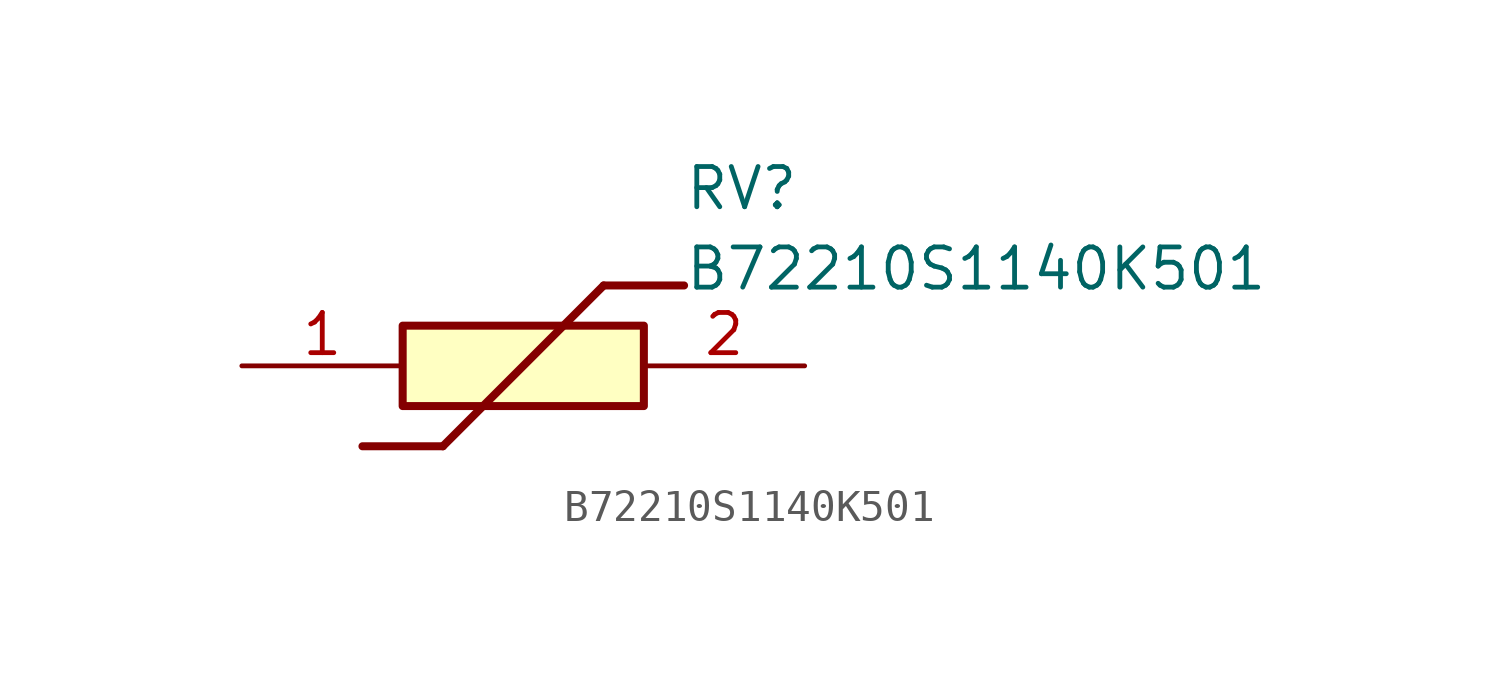
<source format=kicad_sym>
(kicad_symbol_lib
  (version 20211014)
  (generator SamacSys_ECAD_Model)
  (symbol "B72210S1140K501"
    (pin_names hide)
    (property "Reference" "RV"
      (at 13.97 6.35 0)
      (effects (font (size 1.27 1.27)) (justify left top)))
    (property "Value" "B72210S1140K501"
      (at 13.97 3.81 0)
      (effects (font (size 1.27 1.27)) (justify left top)))
    (rectangle
      (start 5.08 1.27)
      (end 12.7 -1.27)
      (stroke (width 0.254) (type default))
      (fill (type background)))
    (polyline
      (pts (xy 3.81 -2.54) (xy 6.35 -2.54))
      (stroke (width 0.254) (type default))
      (fill (type none)))
    (polyline
      (pts (xy 11.43 2.54) (xy 6.35 -2.54))
      (stroke (width 0.254) (type default))
      (fill (type none)))
    (polyline
      (pts (xy 11.43 2.54) (xy 13.97 2.54))
      (stroke (width 0.254) (type default))
      (fill (type none)))
    (pin passive line
      (at 0 0 0)
      (length 5.08)
      (name "1" (effects (font (size 1.27 1.27))))
      (number "1" (effects (font (size 1.27 1.27)))))
    (pin passive line
      (at 17.78 0 180)
      (length 5.08)
      (name "2" (effects (font (size 1.27 1.27))))
      (number "2" (effects (font (size 1.27 1.27)))))))
</source>
